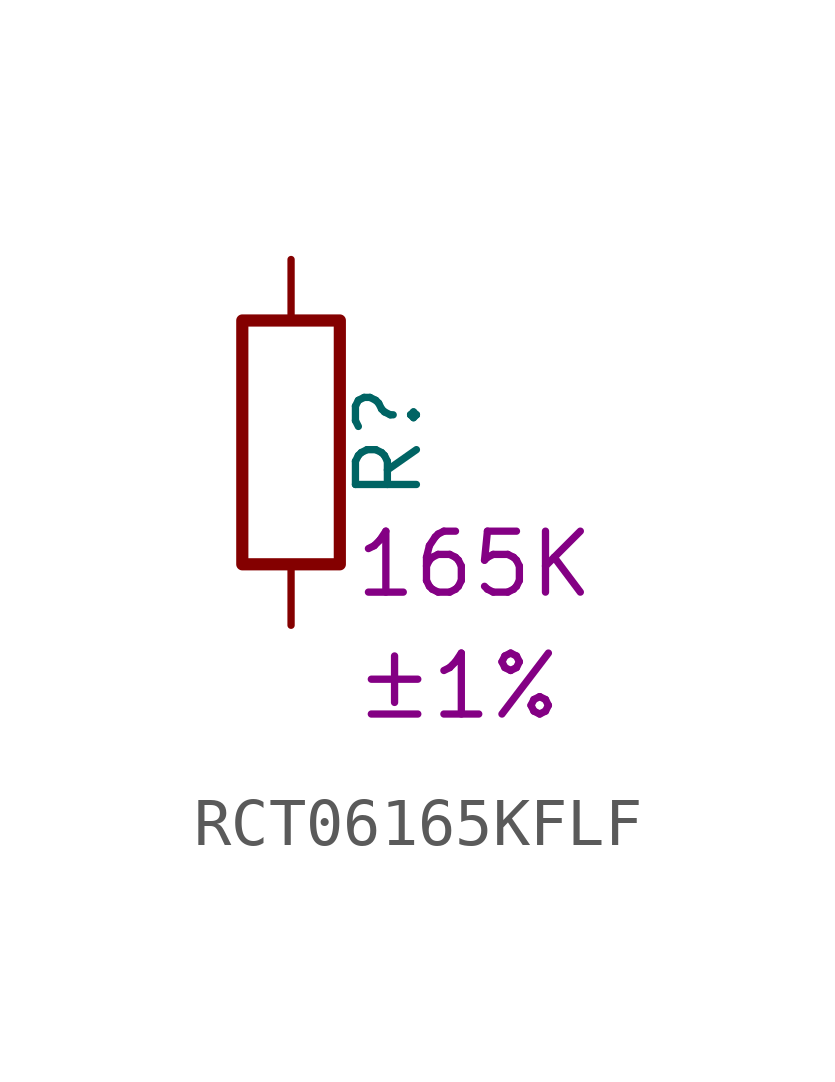
<source format=kicad_sym>
(kicad_symbol_lib
  (version 20220914)
  (generator kicad_symbol_editor)
  (symbol "RCT06165KFLF"
    (pin_numbers hide)
    (pin_names
      (offset 0))
    (property "Reference" "R"
      (at 2.032 0 90)
      (effects (font (size 1.27 1.27))))
    (property "Resistance" "165K"
      (at 1.27 -2.54 0)
      (effects (font (size 1.27 1.27)) (justify left)))
    (property "Tolerance" "±1%"
      (at 1.27 -5.08 0)
      (effects (font (size 1.27 1.27)) (justify left)))
    (symbol "RCT06165KFLF_0_1"
      (rectangle (start -1.016 -2.54) (end 1.016 2.54) (stroke (width 0.254) (type default)) (fill (type none))))
    (symbol "RCT06165KFLF_1_1"
      (pin passive line (at 0 3.81 270) (length 1.27) (name "~" (effects (font (size 1.27 1.27)))) (number "1" (effects (font (size 1.27 1.27)))))
      (pin passive line (at 0 -3.81 90) (length 1.27) (name "~" (effects (font (size 1.27 1.27)))) (number "2" (effects (font (size 1.27 1.27))))))))
</source>
